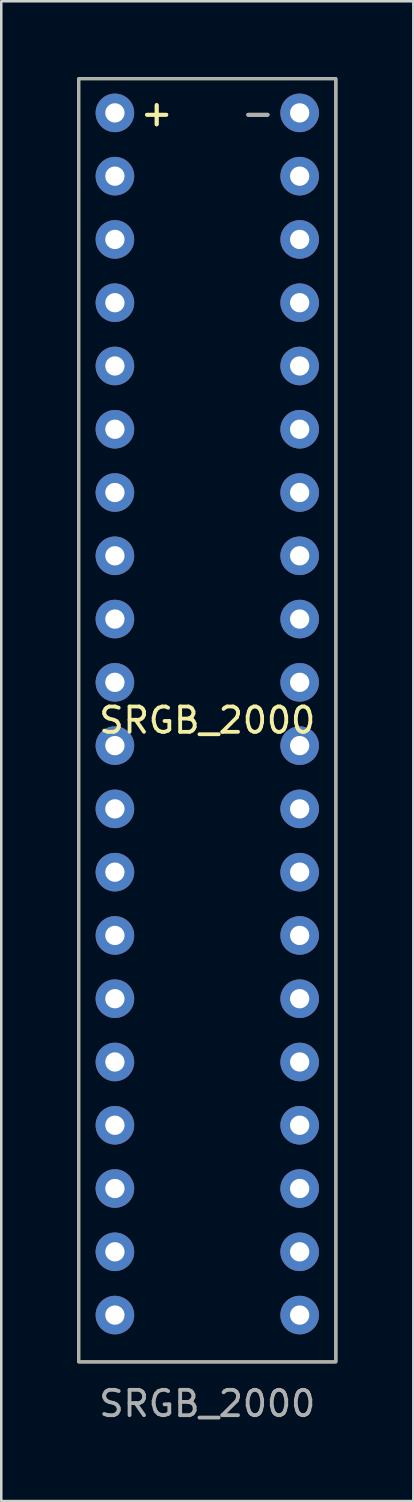
<source format=kicad_pcb>
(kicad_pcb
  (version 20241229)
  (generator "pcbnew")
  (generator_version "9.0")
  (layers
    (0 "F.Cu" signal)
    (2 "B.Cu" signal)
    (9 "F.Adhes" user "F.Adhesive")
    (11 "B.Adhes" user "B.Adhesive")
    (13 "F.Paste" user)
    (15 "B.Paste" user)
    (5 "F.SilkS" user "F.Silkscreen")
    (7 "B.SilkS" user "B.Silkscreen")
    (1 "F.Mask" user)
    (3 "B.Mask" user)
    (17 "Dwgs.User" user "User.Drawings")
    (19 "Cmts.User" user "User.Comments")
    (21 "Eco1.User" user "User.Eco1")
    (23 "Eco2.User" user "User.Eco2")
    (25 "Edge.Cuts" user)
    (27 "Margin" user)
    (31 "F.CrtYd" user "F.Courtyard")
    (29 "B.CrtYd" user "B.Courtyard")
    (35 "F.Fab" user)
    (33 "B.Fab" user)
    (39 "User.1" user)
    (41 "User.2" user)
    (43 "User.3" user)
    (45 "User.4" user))
  (footprint "SRGB_2000"
    (layer "F.Cu")
    (at 5.14 25.41)
    (property "Reference" "SRGB_2000" (at 0 0 0) (unlocked yes) (layer "F.SilkS") (effects (font (size 1 1) (thickness 0.15))))
    (attr through_hole)
    (fp_rect (start -5.08 25.35) (end 5.08 -25.35) (stroke (width 0.12) (type solid)) (fill no) (layer "F.SilkS"))
    (fp_rect (start -5.08 25.35) (end 5.08 -25.35) (stroke (width 0.12) (type solid)) (fill no) (layer "F.Fab"))
    (fp_text user "-" (at 2 -24 0) (unlocked yes) (layer "F.SilkS") (effects (font (size 1 1) (thickness 0.15))))
    (fp_text user "+" (at -2 -24 0) (unlocked yes) (layer "F.SilkS") (effects (font (size 1 1) (thickness 0.15))))
    (fp_text user "+" (at -2 -24 0) (unlocked yes) (layer "F.SilkS") (effects (font (size 1 1) (thickness 0.15))))
    (fp_text user "-" (at 2 -24 0) (unlocked yes) (layer "F.Fab") (effects (font (size 1 1) (thickness 0.15))))
    (fp_text user "${REFERENCE}" (at 0 27 0) (unlocked yes) (layer "F.Fab") (effects (font (size 1 1) (thickness 0.15))))
    (pad "1" thru_hole circle (at -3.65 -24) (size 1.524 1.524) (drill 0.762) (layers "*.Cu" "*.Mask"))
    (pad "2" thru_hole circle (at -3.65 -21.5) (size 1.524 1.524) (drill 0.762) (layers "*.Cu" "*.Mask"))
    (pad "3" thru_hole circle (at -3.65 -19) (size 1.524 1.524) (drill 0.762) (layers "*.Cu" "*.Mask"))
    (pad "4" thru_hole circle (at -3.65 -16.5) (size 1.524 1.524) (drill 0.762) (layers "*.Cu" "*.Mask"))
    (pad "5" thru_hole circle (at -3.65 -14) (size 1.524 1.524) (drill 0.762) (layers "*.Cu" "*.Mask"))
    (pad "6" thru_hole circle (at -3.65 -11.5) (size 1.524 1.524) (drill 0.762) (layers "*.Cu" "*.Mask"))
    (pad "7" thru_hole circle (at -3.65 -9) (size 1.524 1.524) (drill 0.762) (layers "*.Cu" "*.Mask"))
    (pad "8" thru_hole circle (at -3.65 -6.5) (size 1.524 1.524) (drill 0.762) (layers "*.Cu" "*.Mask"))
    (pad "9" thru_hole circle (at -3.65 -4) (size 1.524 1.524) (drill 0.762) (layers "*.Cu" "*.Mask"))
    (pad "10" thru_hole circle (at -3.65 -1.5) (size 1.524 1.524) (drill 0.762) (layers "*.Cu" "*.Mask"))
    (pad "11" thru_hole circle (at -3.65 1) (size 1.524 1.524) (drill 0.762) (layers "*.Cu" "*.Mask"))
    (pad "12" thru_hole circle (at -3.65 3.5) (size 1.524 1.524) (drill 0.762) (layers "*.Cu" "*.Mask"))
    (pad "13" thru_hole circle (at -3.65 6) (size 1.524 1.524) (drill 0.762) (layers "*.Cu" "*.Mask"))
    (pad "14" thru_hole circle (at -3.65 8.5) (size 1.524 1.524) (drill 0.762) (layers "*.Cu" "*.Mask"))
    (pad "15" thru_hole circle (at -3.65 11) (size 1.524 1.524) (drill 0.762) (layers "*.Cu" "*.Mask"))
    (pad "16" thru_hole circle (at -3.65 13.5) (size 1.524 1.524) (drill 0.762) (layers "*.Cu" "*.Mask"))
    (pad "17" thru_hole circle (at -3.65 16) (size 1.524 1.524) (drill 0.762) (layers "*.Cu" "*.Mask"))
    (pad "18" thru_hole circle (at -3.65 18.5) (size 1.524 1.524) (drill 0.762) (layers "*.Cu" "*.Mask"))
    (pad "19" thru_hole circle (at -3.65 21) (size 1.524 1.524) (drill 0.762) (layers "*.Cu" "*.Mask"))
    (pad "20" thru_hole circle (at -3.65 23.5) (size 1.524 1.524) (drill 0.762) (layers "*.Cu" "*.Mask"))
    (pad "21" thru_hole circle (at 3.65 -24) (size 1.524 1.524) (drill 0.762) (layers "*.Cu" "*.Mask"))
    (pad "22" thru_hole circle (at 3.65 -21.5) (size 1.524 1.524) (drill 0.762) (layers "*.Cu" "*.Mask"))
    (pad "23" thru_hole circle (at 3.65 -19) (size 1.524 1.524) (drill 0.762) (layers "*.Cu" "*.Mask"))
    (pad "24" thru_hole circle (at 3.65 -16.5) (size 1.524 1.524) (drill 0.762) (layers "*.Cu" "*.Mask"))
    (pad "25" thru_hole circle (at 3.65 -14) (size 1.524 1.524) (drill 0.762) (layers "*.Cu" "*.Mask"))
    (pad "26" thru_hole circle (at 3.65 -11.5) (size 1.524 1.524) (drill 0.762) (layers "*.Cu" "*.Mask"))
    (pad "27" thru_hole circle (at 3.65 -9) (size 1.524 1.524) (drill 0.762) (layers "*.Cu" "*.Mask"))
    (pad "28" thru_hole circle (at 3.65 -6.5) (size 1.524 1.524) (drill 0.762) (layers "*.Cu" "*.Mask"))
    (pad "29" thru_hole circle (at 3.65 -4) (size 1.524 1.524) (drill 0.762) (layers "*.Cu" "*.Mask"))
    (pad "30" thru_hole circle (at 3.65 -1.5) (size 1.524 1.524) (drill 0.762) (layers "*.Cu" "*.Mask"))
    (pad "31" thru_hole circle (at 3.65 1) (size 1.524 1.524) (drill 0.762) (layers "*.Cu" "*.Mask"))
    (pad "32" thru_hole circle (at 3.65 3.5) (size 1.524 1.524) (drill 0.762) (layers "*.Cu" "*.Mask"))
    (pad "33" thru_hole circle (at 3.65 6) (size 1.524 1.524) (drill 0.762) (layers "*.Cu" "*.Mask"))
    (pad "34" thru_hole circle (at 3.65 8.5) (size 1.524 1.524) (drill 0.762) (layers "*.Cu" "*.Mask"))
    (pad "35" thru_hole circle (at 3.65 11) (size 1.524 1.524) (drill 0.762) (layers "*.Cu" "*.Mask"))
    (pad "36" thru_hole circle (at 3.65 13.5) (size 1.524 1.524) (drill 0.762) (layers "*.Cu" "*.Mask"))
    (pad "37" thru_hole circle (at 3.65 16) (size 1.524 1.524) (drill 0.762) (layers "*.Cu" "*.Mask"))
    (pad "38" thru_hole circle (at 3.65 18.5) (size 1.524 1.524) (drill 0.762) (layers "*.Cu" "*.Mask"))
    (pad "39" thru_hole circle (at 3.65 21) (size 1.524 1.524) (drill 0.762) (layers "*.Cu" "*.Mask"))
    (pad "40" thru_hole circle (at 3.65 23.5) (size 1.524 1.524) (drill 0.762) (layers "*.Cu" "*.Mask")))
  (gr_rect
    (start -3 -3)
    (end 13.28 56.258)
    (stroke (width 0.1) (type default))
    (fill no)
    (layer "Edge.Cuts")))
</source>
